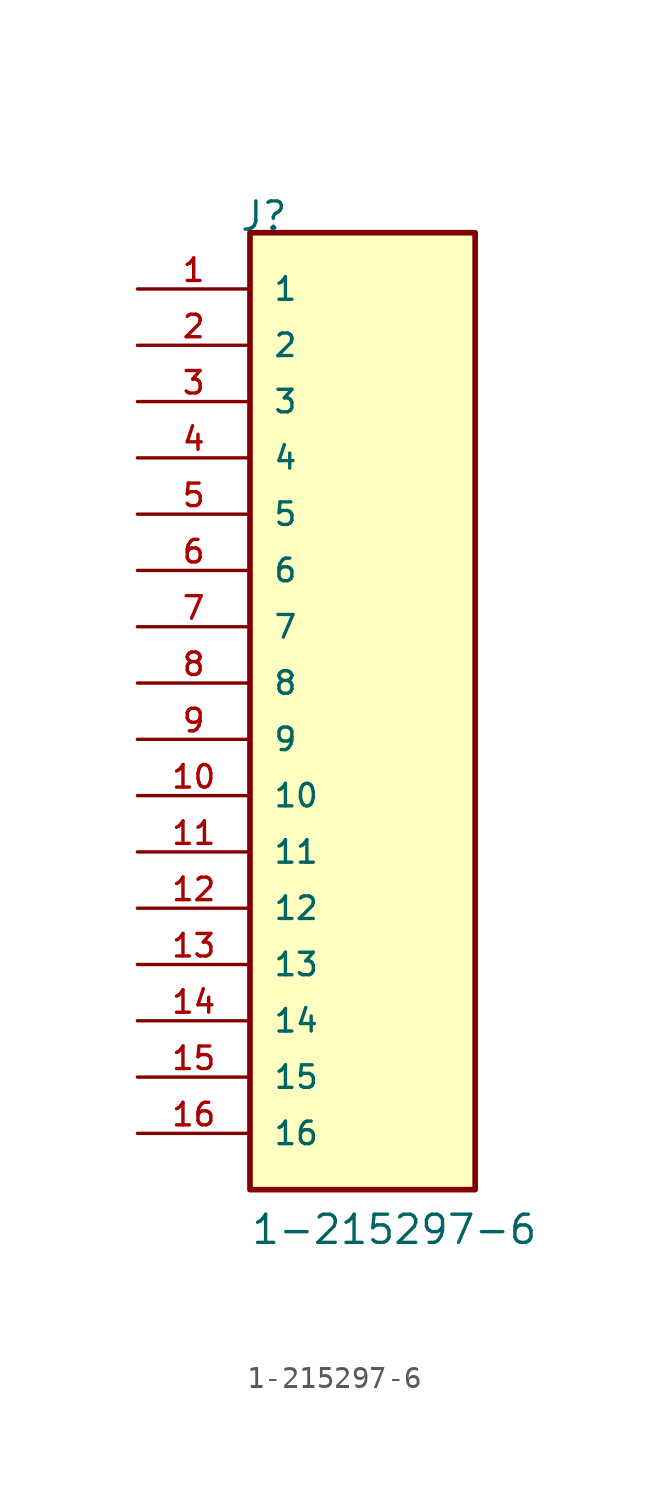
<source format=kicad_sym>
(kicad_symbol_lib
  (version 20211014)
  (generator kicad_symbol_editor)
  (symbol "1-215297-6"
    (pin_names
      (offset 1.016))
    (property "Reference" "J"
      (at -5.58 22.86 0)
      (effects (font (size 1.27 1.27)) (justify bottom left)))
    (property "Value" "1-215297-6"
      (at -5.08 -22.86 0)
      (effects (font (size 1.27 1.27)) (justify bottom left)))
    (symbol "1-215297-6_0_0"
      (rectangle (start -5.08 -20.32) (end 5.08 22.86) (stroke (width 0.254)) (fill (type background)))
      (pin passive line (at -10.16 20.32 0) (length 5.08) (name "1" (effects (font (size 1.016 1.016)))) (number "1" (effects (font (size 1.016 1.016)))))
      (pin passive line (at -10.16 17.78 0) (length 5.08) (name "2" (effects (font (size 1.016 1.016)))) (number "2" (effects (font (size 1.016 1.016)))))
      (pin passive line (at -10.16 15.24 0) (length 5.08) (name "3" (effects (font (size 1.016 1.016)))) (number "3" (effects (font (size 1.016 1.016)))))
      (pin passive line (at -10.16 12.7 0) (length 5.08) (name "4" (effects (font (size 1.016 1.016)))) (number "4" (effects (font (size 1.016 1.016)))))
      (pin passive line (at -10.16 10.16 0) (length 5.08) (name "5" (effects (font (size 1.016 1.016)))) (number "5" (effects (font (size 1.016 1.016)))))
      (pin passive line (at -10.16 7.62 0) (length 5.08) (name "6" (effects (font (size 1.016 1.016)))) (number "6" (effects (font (size 1.016 1.016)))))
      (pin passive line (at -10.16 5.08 0) (length 5.08) (name "7" (effects (font (size 1.016 1.016)))) (number "7" (effects (font (size 1.016 1.016)))))
      (pin passive line (at -10.16 2.54 0) (length 5.08) (name "8" (effects (font (size 1.016 1.016)))) (number "8" (effects (font (size 1.016 1.016)))))
      (pin passive line (at -10.16 0.0 0) (length 5.08) (name "9" (effects (font (size 1.016 1.016)))) (number "9" (effects (font (size 1.016 1.016)))))
      (pin passive line (at -10.16 -2.54 0) (length 5.08) (name "10" (effects (font (size 1.016 1.016)))) (number "10" (effects (font (size 1.016 1.016)))))
      (pin passive line (at -10.16 -5.08 0) (length 5.08) (name "11" (effects (font (size 1.016 1.016)))) (number "11" (effects (font (size 1.016 1.016)))))
      (pin passive line (at -10.16 -7.62 0) (length 5.08) (name "12" (effects (font (size 1.016 1.016)))) (number "12" (effects (font (size 1.016 1.016)))))
      (pin passive line (at -10.16 -10.16 0) (length 5.08) (name "13" (effects (font (size 1.016 1.016)))) (number "13" (effects (font (size 1.016 1.016)))))
      (pin passive line (at -10.16 -12.7 0) (length 5.08) (name "14" (effects (font (size 1.016 1.016)))) (number "14" (effects (font (size 1.016 1.016)))))
      (pin passive line (at -10.16 -15.24 0) (length 5.08) (name "15" (effects (font (size 1.016 1.016)))) (number "15" (effects (font (size 1.016 1.016)))))
      (pin passive line (at -10.16 -17.78 0) (length 5.08) (name "16" (effects (font (size 1.016 1.016)))) (number "16" (effects (font (size 1.016 1.016))))))))
</source>
